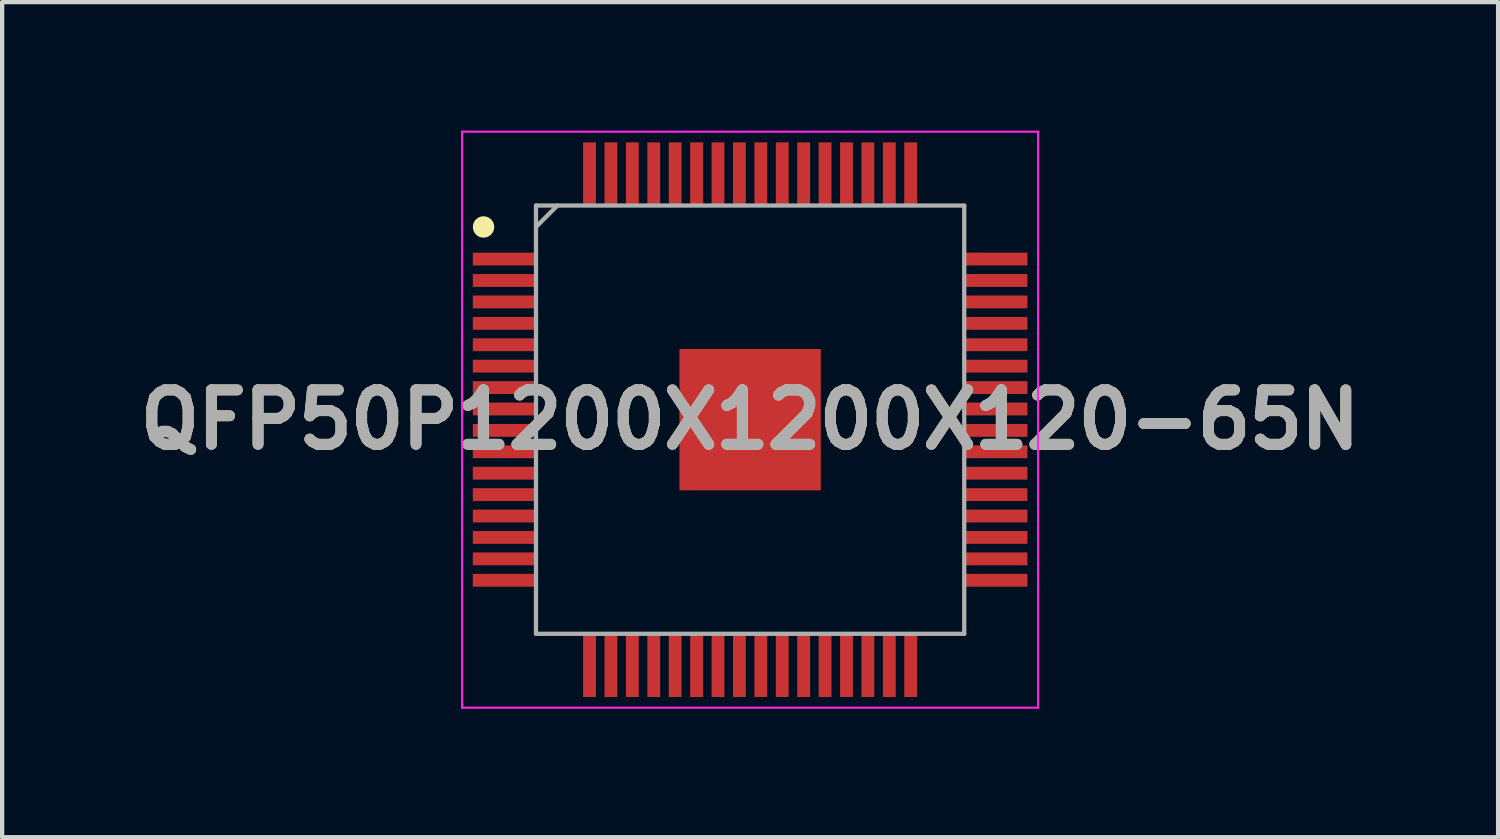
<source format=kicad_pcb>
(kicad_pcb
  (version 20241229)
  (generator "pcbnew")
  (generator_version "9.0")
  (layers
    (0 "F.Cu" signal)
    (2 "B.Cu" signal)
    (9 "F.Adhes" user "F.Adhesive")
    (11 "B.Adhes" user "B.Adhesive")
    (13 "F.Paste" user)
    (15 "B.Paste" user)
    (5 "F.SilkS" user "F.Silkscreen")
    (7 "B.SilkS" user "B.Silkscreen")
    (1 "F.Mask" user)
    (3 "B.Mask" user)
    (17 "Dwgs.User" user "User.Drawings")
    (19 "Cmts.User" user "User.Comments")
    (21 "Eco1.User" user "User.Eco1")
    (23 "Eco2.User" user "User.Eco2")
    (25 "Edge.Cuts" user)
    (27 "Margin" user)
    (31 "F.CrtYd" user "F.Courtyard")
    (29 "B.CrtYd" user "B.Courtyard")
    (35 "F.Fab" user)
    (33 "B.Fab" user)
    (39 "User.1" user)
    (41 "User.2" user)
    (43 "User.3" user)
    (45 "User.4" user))
  (footprint "QFP50P1200X1200X120-65N"
    (layer "F.Cu")
    (at 14.466 6.75)
    (property "Reference" "QFP50P1200X1200X120-65N" (at 0 0 0) (layer "F.SilkS") (effects (font (size 1.27 1.27) (thickness 0.254))))
    (attr smd)
    (fp_circle (center -6.225 -4.5) (end -6.225 -4.375) (stroke (width 0.25) (type solid)) (fill no) (layer "F.SilkS"))
    (fp_line (start -6.725 -6.725) (end 6.725 -6.725) (stroke (width 0.05) (type solid)) (layer "F.CrtYd"))
    (fp_line (start -6.725 6.725) (end -6.725 -6.725) (stroke (width 0.05) (type solid)) (layer "F.CrtYd"))
    (fp_line (start 6.725 -6.725) (end 6.725 6.725) (stroke (width 0.05) (type solid)) (layer "F.CrtYd"))
    (fp_line (start 6.725 6.725) (end -6.725 6.725) (stroke (width 0.05) (type solid)) (layer "F.CrtYd"))
    (fp_line (start -5 -5) (end 5 -5) (stroke (width 0.1) (type solid)) (layer "F.Fab"))
    (fp_line (start -5 -4.5) (end -4.5 -5) (stroke (width 0.1) (type solid)) (layer "F.Fab"))
    (fp_line (start -5 5) (end -5 -5) (stroke (width 0.1) (type solid)) (layer "F.Fab"))
    (fp_line (start 5 -5) (end 5 5) (stroke (width 0.1) (type solid)) (layer "F.Fab"))
    (fp_line (start 5 5) (end -5 5) (stroke (width 0.1) (type solid)) (layer "F.Fab"))
    (fp_text user "${REFERENCE}" (at 0 0 0) (layer "F.Fab") (effects (font (size 1.27 1.27) (thickness 0.254))))
    (pad "1" smd rect (at -5.738 -3.75 90) (size 0.3 1.475) (layers "F.Cu" "F.Mask" "F.Paste"))
    (pad "2" smd rect (at -5.738 -3.25 90) (size 0.3 1.475) (layers "F.Cu" "F.Mask" "F.Paste"))
    (pad "3" smd rect (at -5.738 -2.75 90) (size 0.3 1.475) (layers "F.Cu" "F.Mask" "F.Paste"))
    (pad "4" smd rect (at -5.738 -2.25 90) (size 0.3 1.475) (layers "F.Cu" "F.Mask" "F.Paste"))
    (pad "5" smd rect (at -5.738 -1.75 90) (size 0.3 1.475) (layers "F.Cu" "F.Mask" "F.Paste"))
    (pad "6" smd rect (at -5.738 -1.25 90) (size 0.3 1.475) (layers "F.Cu" "F.Mask" "F.Paste"))
    (pad "7" smd rect (at -5.738 -0.75 90) (size 0.3 1.475) (layers "F.Cu" "F.Mask" "F.Paste"))
    (pad "8" smd rect (at -5.738 -0.25 90) (size 0.3 1.475) (layers "F.Cu" "F.Mask" "F.Paste"))
    (pad "9" smd rect (at -5.738 0.25 90) (size 0.3 1.475) (layers "F.Cu" "F.Mask" "F.Paste"))
    (pad "10" smd rect (at -5.738 0.75 90) (size 0.3 1.475) (layers "F.Cu" "F.Mask" "F.Paste"))
    (pad "11" smd rect (at -5.738 1.25 90) (size 0.3 1.475) (layers "F.Cu" "F.Mask" "F.Paste"))
    (pad "12" smd rect (at -5.738 1.75 90) (size 0.3 1.475) (layers "F.Cu" "F.Mask" "F.Paste"))
    (pad "13" smd rect (at -5.738 2.25 90) (size 0.3 1.475) (layers "F.Cu" "F.Mask" "F.Paste"))
    (pad "14" smd rect (at -5.738 2.75 90) (size 0.3 1.475) (layers "F.Cu" "F.Mask" "F.Paste"))
    (pad "15" smd rect (at -5.738 3.25 90) (size 0.3 1.475) (layers "F.Cu" "F.Mask" "F.Paste"))
    (pad "16" smd rect (at -5.738 3.75 90) (size 0.3 1.475) (layers "F.Cu" "F.Mask" "F.Paste"))
    (pad "17" smd rect (at -3.75 5.738) (size 0.3 1.475) (layers "F.Cu" "F.Mask" "F.Paste"))
    (pad "18" smd rect (at -3.25 5.738) (size 0.3 1.475) (layers "F.Cu" "F.Mask" "F.Paste"))
    (pad "19" smd rect (at -2.75 5.738) (size 0.3 1.475) (layers "F.Cu" "F.Mask" "F.Paste"))
    (pad "20" smd rect (at -2.25 5.738) (size 0.3 1.475) (layers "F.Cu" "F.Mask" "F.Paste"))
    (pad "21" smd rect (at -1.75 5.738) (size 0.3 1.475) (layers "F.Cu" "F.Mask" "F.Paste"))
    (pad "22" smd rect (at -1.25 5.738) (size 0.3 1.475) (layers "F.Cu" "F.Mask" "F.Paste"))
    (pad "23" smd rect (at -0.75 5.738) (size 0.3 1.475) (layers "F.Cu" "F.Mask" "F.Paste"))
    (pad "24" smd rect (at -0.25 5.738) (size 0.3 1.475) (layers "F.Cu" "F.Mask" "F.Paste"))
    (pad "25" smd rect (at 0.25 5.738) (size 0.3 1.475) (layers "F.Cu" "F.Mask" "F.Paste"))
    (pad "26" smd rect (at 0.75 5.738) (size 0.3 1.475) (layers "F.Cu" "F.Mask" "F.Paste"))
    (pad "27" smd rect (at 1.25 5.738) (size 0.3 1.475) (layers "F.Cu" "F.Mask" "F.Paste"))
    (pad "28" smd rect (at 1.75 5.738) (size 0.3 1.475) (layers "F.Cu" "F.Mask" "F.Paste"))
    (pad "29" smd rect (at 2.25 5.738) (size 0.3 1.475) (layers "F.Cu" "F.Mask" "F.Paste"))
    (pad "30" smd rect (at 2.75 5.738) (size 0.3 1.475) (layers "F.Cu" "F.Mask" "F.Paste"))
    (pad "31" smd rect (at 3.25 5.738) (size 0.3 1.475) (layers "F.Cu" "F.Mask" "F.Paste"))
    (pad "32" smd rect (at 3.75 5.738) (size 0.3 1.475) (layers "F.Cu" "F.Mask" "F.Paste"))
    (pad "33" smd rect (at 5.738 3.75 90) (size 0.3 1.475) (layers "F.Cu" "F.Mask" "F.Paste"))
    (pad "34" smd rect (at 5.738 3.25 90) (size 0.3 1.475) (layers "F.Cu" "F.Mask" "F.Paste"))
    (pad "35" smd rect (at 5.738 2.75 90) (size 0.3 1.475) (layers "F.Cu" "F.Mask" "F.Paste"))
    (pad "36" smd rect (at 5.738 2.25 90) (size 0.3 1.475) (layers "F.Cu" "F.Mask" "F.Paste"))
    (pad "37" smd rect (at 5.738 1.75 90) (size 0.3 1.475) (layers "F.Cu" "F.Mask" "F.Paste"))
    (pad "38" smd rect (at 5.738 1.25 90) (size 0.3 1.475) (layers "F.Cu" "F.Mask" "F.Paste"))
    (pad "39" smd rect (at 5.738 0.75 90) (size 0.3 1.475) (layers "F.Cu" "F.Mask" "F.Paste"))
    (pad "40" smd rect (at 5.738 0.25 90) (size 0.3 1.475) (layers "F.Cu" "F.Mask" "F.Paste"))
    (pad "41" smd rect (at 5.738 -0.25 90) (size 0.3 1.475) (layers "F.Cu" "F.Mask" "F.Paste"))
    (pad "42" smd rect (at 5.738 -0.75 90) (size 0.3 1.475) (layers "F.Cu" "F.Mask" "F.Paste"))
    (pad "43" smd rect (at 5.738 -1.25 90) (size 0.3 1.475) (layers "F.Cu" "F.Mask" "F.Paste"))
    (pad "44" smd rect (at 5.738 -1.75 90) (size 0.3 1.475) (layers "F.Cu" "F.Mask" "F.Paste"))
    (pad "45" smd rect (at 5.738 -2.25 90) (size 0.3 1.475) (layers "F.Cu" "F.Mask" "F.Paste"))
    (pad "46" smd rect (at 5.738 -2.75 90) (size 0.3 1.475) (layers "F.Cu" "F.Mask" "F.Paste"))
    (pad "47" smd rect (at 5.738 -3.25 90) (size 0.3 1.475) (layers "F.Cu" "F.Mask" "F.Paste"))
    (pad "48" smd rect (at 5.738 -3.75 90) (size 0.3 1.475) (layers "F.Cu" "F.Mask" "F.Paste"))
    (pad "49" smd rect (at 3.75 -5.738) (size 0.3 1.475) (layers "F.Cu" "F.Mask" "F.Paste"))
    (pad "50" smd rect (at 3.25 -5.738) (size 0.3 1.475) (layers "F.Cu" "F.Mask" "F.Paste"))
    (pad "51" smd rect (at 2.75 -5.738) (size 0.3 1.475) (layers "F.Cu" "F.Mask" "F.Paste"))
    (pad "52" smd rect (at 2.25 -5.738) (size 0.3 1.475) (layers "F.Cu" "F.Mask" "F.Paste"))
    (pad "53" smd rect (at 1.75 -5.738) (size 0.3 1.475) (layers "F.Cu" "F.Mask" "F.Paste"))
    (pad "54" smd rect (at 1.25 -5.738) (size 0.3 1.475) (layers "F.Cu" "F.Mask" "F.Paste"))
    (pad "55" smd rect (at 0.75 -5.738) (size 0.3 1.475) (layers "F.Cu" "F.Mask" "F.Paste"))
    (pad "56" smd rect (at 0.25 -5.738) (size 0.3 1.475) (layers "F.Cu" "F.Mask" "F.Paste"))
    (pad "57" smd rect (at -0.25 -5.738) (size 0.3 1.475) (layers "F.Cu" "F.Mask" "F.Paste"))
    (pad "58" smd rect (at -0.75 -5.738) (size 0.3 1.475) (layers "F.Cu" "F.Mask" "F.Paste"))
    (pad "59" smd rect (at -1.25 -5.738) (size 0.3 1.475) (layers "F.Cu" "F.Mask" "F.Paste"))
    (pad "60" smd rect (at -1.75 -5.738) (size 0.3 1.475) (layers "F.Cu" "F.Mask" "F.Paste"))
    (pad "61" smd rect (at -2.25 -5.738) (size 0.3 1.475) (layers "F.Cu" "F.Mask" "F.Paste"))
    (pad "62" smd rect (at -2.75 -5.738) (size 0.3 1.475) (layers "F.Cu" "F.Mask" "F.Paste"))
    (pad "63" smd rect (at -3.25 -5.738) (size 0.3 1.475) (layers "F.Cu" "F.Mask" "F.Paste"))
    (pad "64" smd rect (at -3.75 -5.738) (size 0.3 1.475) (layers "F.Cu" "F.Mask" "F.Paste"))
    (pad "65" smd rect (at 0 0) (size 3.3 3.3) (layers "F.Cu" "F.Mask" "F.Paste")))
  (gr_rect
    (start -3 -3)
    (end 31.932 16.5)
    (stroke (width 0.1) (type default))
    (fill no)
    (layer "Edge.Cuts")))
</source>
